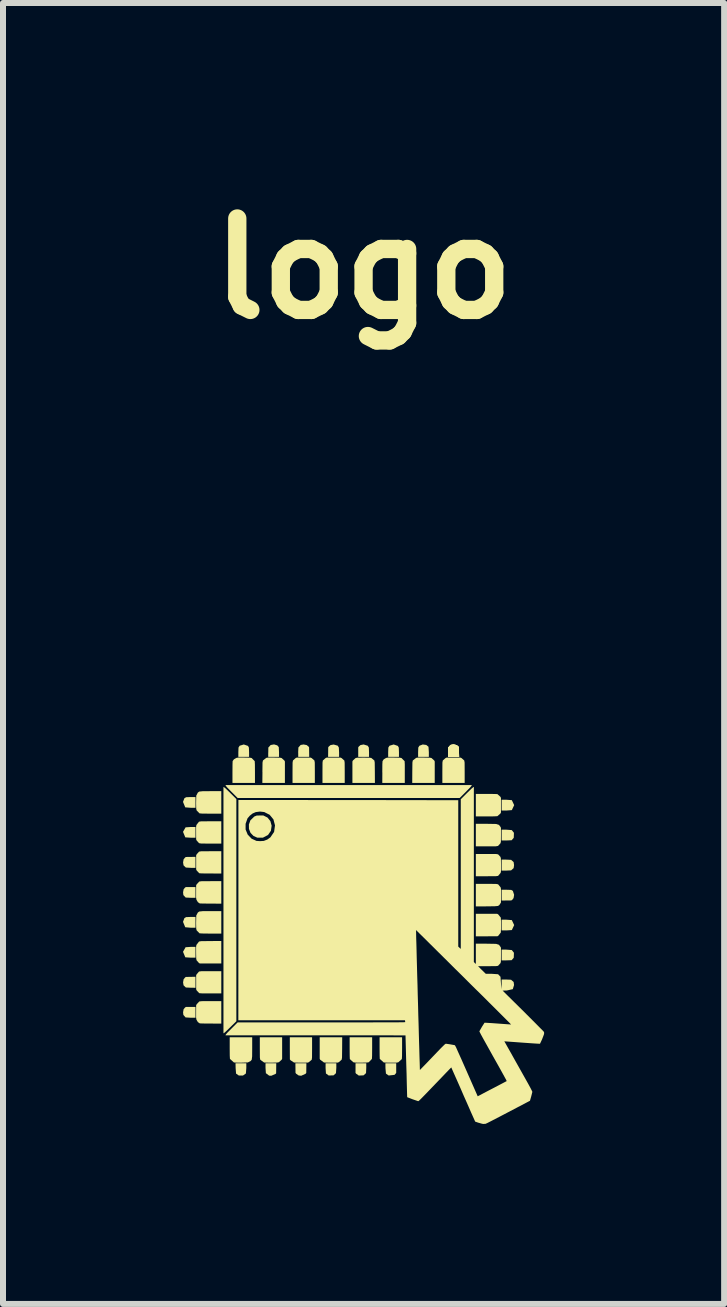
<source format=kicad_pcb>
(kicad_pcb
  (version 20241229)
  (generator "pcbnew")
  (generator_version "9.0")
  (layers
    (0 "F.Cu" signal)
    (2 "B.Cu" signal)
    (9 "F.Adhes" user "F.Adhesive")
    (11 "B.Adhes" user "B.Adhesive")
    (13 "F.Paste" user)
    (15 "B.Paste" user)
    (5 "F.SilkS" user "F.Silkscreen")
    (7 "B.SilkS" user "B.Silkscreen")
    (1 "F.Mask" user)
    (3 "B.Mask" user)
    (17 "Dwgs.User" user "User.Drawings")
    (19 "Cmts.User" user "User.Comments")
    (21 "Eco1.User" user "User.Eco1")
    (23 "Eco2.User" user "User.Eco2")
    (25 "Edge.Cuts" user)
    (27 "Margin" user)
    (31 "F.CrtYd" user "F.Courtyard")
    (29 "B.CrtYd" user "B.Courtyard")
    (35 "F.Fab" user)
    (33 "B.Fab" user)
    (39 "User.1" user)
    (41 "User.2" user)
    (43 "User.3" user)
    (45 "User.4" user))
  (footprint "logo"
    (layer "F.Cu")
    (at 3.009 10.079)
    (property "Reference" "logo" (at 0 -8.653 0) (layer "F.SilkS") (effects (font (size 1.524 1.524) (thickness 0.305))))
    (attr smd)
    (fp_poly (pts (xy -2.971 0.826) (xy -3.009 0.734) (xy -2.966 0.659) (xy -2.877 0.653) (xy -2.801 0.653) (xy -2.801 0.742) (xy -2.801 0.832) (xy -2.88 0.832) (xy -2.971 0.826) (xy -2.971 0.826)) (stroke (width 0) (type solid)) (fill yes) (layer "F.SilkS"))
    (fp_poly (pts (xy -2.971 2.825) (xy -3.009 2.733) (xy -2.966 2.657) (xy -2.877 2.651) (xy -2.801 2.651) (xy -2.801 2.741) (xy -2.801 2.831) (xy -2.88 2.831) (xy -2.971 2.825) (xy -2.971 2.825)) (stroke (width 0) (type solid)) (fill yes) (layer "F.SilkS"))
    (fp_poly (pts (xy 2.301 0.289) (xy 2.301 0.199) (xy 2.38 0.199) (xy 2.471 0.206) (xy 2.51 0.289) (xy 2.471 0.372) (xy 2.38 0.379) (xy 2.301 0.379) (xy 2.301 0.289) (xy 2.301 0.289)) (stroke (width 0) (type solid)) (fill yes) (layer "F.SilkS"))
    (fp_poly (pts (xy 2.301 2.288) (xy 2.301 2.198) (xy 2.38 2.198) (xy 2.471 2.205) (xy 2.51 2.288) (xy 2.471 2.371) (xy 2.38 2.377) (xy 2.301 2.377) (xy 2.301 2.288) (xy 2.301 2.288)) (stroke (width 0) (type solid)) (fill yes) (layer "F.SilkS"))
    (fp_poly (pts (xy -2.972 0.326) (xy -3.009 0.235) (xy -2.986 0.174) (xy -2.957 0.157) (xy -2.878 0.154) (xy -2.801 0.154) (xy -2.801 0.243) (xy -2.801 0.333) (xy -2.88 0.333) (xy -2.972 0.326) (xy -2.972 0.326)) (stroke (width 0) (type solid)) (fill yes) (layer "F.SilkS"))
    (fp_poly (pts (xy -2.972 2.324) (xy -3.009 2.234) (xy -2.986 2.172) (xy -2.957 2.155) (xy -2.878 2.152) (xy -2.801 2.152) (xy -2.801 2.242) (xy -2.801 2.332) (xy -2.88 2.332) (xy -2.972 2.324) (xy -2.972 2.324)) (stroke (width 0) (type solid)) (fill yes) (layer "F.SilkS"))
    (fp_poly (pts (xy -2.079 4.795) (xy -2.125 4.763) (xy -2.132 4.673) (xy -2.134 4.591) (xy -2.044 4.591) (xy -1.954 4.591) (xy -1.954 4.67) (xy -1.961 4.761) (xy -2.009 4.795) (xy -2.079 4.795) (xy -2.079 4.795)) (stroke (width 0) (type solid)) (fill yes) (layer "F.SilkS"))
    (fp_poly (pts (xy -0.579 4.796) (xy -0.627 4.761) (xy -0.633 4.67) (xy -0.633 4.591) (xy -0.543 4.591) (xy -0.454 4.591) (xy -0.454 4.667) (xy -0.46 4.756) (xy -0.499 4.792) (xy -0.579 4.795) (xy -0.579 4.796)) (stroke (width 0) (type solid)) (fill yes) (layer "F.SilkS"))
    (fp_poly (pts (xy 2.301 0.788) (xy 2.301 0.698) (xy 2.379 0.698) (xy 2.47 0.705) (xy 2.506 0.75) (xy 2.503 0.833) (xy 2.468 0.874) (xy 2.381 0.878) (xy 2.301 0.878) (xy 2.301 0.788) (xy 2.301 0.788)) (stroke (width 0) (type solid)) (fill yes) (layer "F.SilkS"))
    (fp_poly (pts (xy 2.301 2.787) (xy 2.301 2.697) (xy 2.379 2.697) (xy 2.47 2.704) (xy 2.506 2.749) (xy 2.503 2.832) (xy 2.468 2.873) (xy 2.381 2.876) (xy 2.301 2.876) (xy 2.301 2.787) (xy 2.301 2.787)) (stroke (width 0) (type solid)) (fill yes) (layer "F.SilkS"))
    (fp_poly (pts (xy -2.087 -0.591) (xy -2.084 -0.671) (xy -2.065 -0.701) (xy -1.996 -0.722) (xy -1.926 -0.698) (xy -1.911 -0.67) (xy -1.908 -0.591) (xy -1.908 -0.515) (xy -1.998 -0.515) (xy -2.087 -0.515) (xy -2.087 -0.591) (xy -2.087 -0.591)) (stroke (width 0) (type solid)) (fill yes) (layer "F.SilkS"))
    (fp_poly (pts (xy -1.588 -0.588) (xy -1.587 -0.671) (xy -1.548 -0.713) (xy -1.492 -0.723) (xy -1.438 -0.707) (xy -1.413 -0.678) (xy -1.409 -0.593) (xy -1.409 -0.515) (xy -1.499 -0.515) (xy -1.589 -0.515) (xy -1.589 -0.588) (xy -1.588 -0.588)) (stroke (width 0) (type solid)) (fill yes) (layer "F.SilkS"))
    (fp_poly (pts (xy -1.574 4.797) (xy -1.628 4.756) (xy -1.634 4.667) (xy -1.634 4.591) (xy -1.544 4.591) (xy -1.455 4.591) (xy -1.456 4.674) (xy -1.457 4.757) (xy -1.466 4.768) (xy -1.538 4.799) (xy -1.574 4.797) (xy -1.574 4.797)) (stroke (width 0) (type solid)) (fill yes) (layer "F.SilkS"))
    (fp_poly (pts (xy -0.079 4.796) (xy -0.126 4.763) (xy -0.134 4.75) (xy -0.134 4.671) (xy -0.134 4.591) (xy -0.045 4.591) (xy 0.045 4.591) (xy 0.045 4.668) (xy 0.041 4.755) (xy 0.001 4.792) (xy -0.079 4.796) (xy -0.079 4.796)) (stroke (width 0) (type solid)) (fill yes) (layer "F.SilkS"))
    (fp_poly (pts (xy 0.41 -0.591) (xy 0.413 -0.671) (xy 0.432 -0.701) (xy 0.502 -0.722) (xy 0.571 -0.698) (xy 0.587 -0.67) (xy 0.59 -0.591) (xy 0.59 -0.515) (xy 0.5 -0.515) (xy 0.41 -0.515) (xy 0.41 -0.591) (xy 0.41 -0.591)) (stroke (width 0) (type solid)) (fill yes) (layer "F.SilkS"))
    (fp_poly (pts (xy 0.419 4.795) (xy 0.373 4.763) (xy 0.365 4.673) (xy 0.364 4.591) (xy 0.454 4.591) (xy 0.544 4.591) (xy 0.544 4.671) (xy 0.544 4.75) (xy 0.535 4.763) (xy 0.516 4.784) (xy 0.419 4.795) (xy 0.419 4.795)) (stroke (width 0) (type solid)) (fill yes) (layer "F.SilkS"))
    (fp_poly (pts (xy 0.909 -0.592) (xy 0.912 -0.671) (xy 0.931 -0.701) (xy 0.987 -0.722) (xy 1.045 -0.714) (xy 1.082 -0.684) (xy 1.088 -0.593) (xy 1.088 -0.515) (xy 0.999 -0.515) (xy 0.909 -0.515) (xy 0.909 -0.592) (xy 0.909 -0.592)) (stroke (width 0) (type solid)) (fill yes) (layer "F.SilkS"))
    (fp_poly (pts (xy 2.301 1.288) (xy 2.301 1.197) (xy 2.374 1.197) (xy 2.459 1.201) (xy 2.501 1.238) (xy 2.508 1.289) (xy 2.501 1.339) (xy 2.459 1.376) (xy 2.374 1.38) (xy 2.301 1.38) (xy 2.301 1.289) (xy 2.301 1.288)) (stroke (width 0) (type solid)) (fill yes) (layer "F.SilkS"))
    (fp_poly (pts (xy -2.966 1.828) (xy -3.003 1.788) (xy -3.008 1.743) (xy -2.999 1.692) (xy -2.975 1.663) (xy -2.96 1.654) (xy -2.881 1.654) (xy -2.801 1.654) (xy -2.801 1.743) (xy -2.801 1.833) (xy -2.879 1.833) (xy -2.966 1.829) (xy -2.966 1.828)) (stroke (width 0) (type solid)) (fill yes) (layer "F.SilkS"))
    (fp_poly (pts (xy -2.966 3.827) (xy -3.003 3.786) (xy -3.008 3.742) (xy -2.999 3.69) (xy -2.975 3.662) (xy -2.96 3.652) (xy -2.881 3.652) (xy -2.801 3.652) (xy -2.801 3.742) (xy -2.801 3.832) (xy -2.879 3.832) (xy -2.966 3.827) (xy -2.966 3.827)) (stroke (width 0) (type solid)) (fill yes) (layer "F.SilkS"))
    (fp_poly (pts (xy -2.962 1.329) (xy -3 1.293) (xy -3.008 1.244) (xy -2.999 1.192) (xy -2.975 1.163) (xy -2.961 1.153) (xy -2.881 1.152) (xy -2.801 1.151) (xy -2.801 1.242) (xy -2.801 1.334) (xy -2.876 1.334) (xy -2.962 1.329) (xy -2.962 1.329)) (stroke (width 0) (type solid)) (fill yes) (layer "F.SilkS"))
    (fp_poly (pts (xy -2.962 3.328) (xy -3 3.292) (xy -3.008 3.243) (xy -2.999 3.191) (xy -2.975 3.162) (xy -2.961 3.152) (xy -2.881 3.151) (xy -2.801 3.149) (xy -2.801 3.241) (xy -2.801 3.333) (xy -2.876 3.332) (xy -2.962 3.328) (xy -2.962 3.328)) (stroke (width 0) (type solid)) (fill yes) (layer "F.SilkS"))
    (fp_poly (pts (xy -1.09 -0.587) (xy -1.086 -0.672) (xy -1.048 -0.714) (xy -1 -0.722) (xy -0.948 -0.712) (xy -0.918 -0.688) (xy -0.908 -0.674) (xy -0.907 -0.594) (xy -0.906 -0.515) (xy -0.998 -0.515) (xy -1.089 -0.515) (xy -1.089 -0.587) (xy -1.09 -0.587)) (stroke (width 0) (type solid)) (fill yes) (layer "F.SilkS"))
    (fp_poly (pts (xy -1.082 4.794) (xy -1.125 4.764) (xy -1.134 4.75) (xy -1.135 4.671) (xy -1.136 4.591) (xy -1.044 4.591) (xy -0.953 4.591) (xy -0.954 4.671) (xy -0.955 4.751) (xy -0.965 4.765) (xy -1.039 4.799) (xy -1.083 4.794) (xy -1.082 4.794)) (stroke (width 0) (type solid)) (fill yes) (layer "F.SilkS"))
    (fp_poly (pts (xy -0.59 -0.594) (xy -0.589 -0.674) (xy -0.579 -0.688) (xy -0.55 -0.712) (xy -0.498 -0.721) (xy -0.431 -0.702) (xy -0.412 -0.671) (xy -0.408 -0.59) (xy -0.408 -0.515) (xy -0.5 -0.515) (xy -0.591 -0.515) (xy -0.59 -0.594) (xy -0.59 -0.594)) (stroke (width 0) (type solid)) (fill yes) (layer "F.SilkS"))
    (fp_poly (pts (xy -0.089 -0.594) (xy -0.089 -0.673) (xy -0.079 -0.688) (xy -0.051 -0.712) (xy 0.001 -0.722) (xy 0.069 -0.701) (xy 0.088 -0.671) (xy 0.091 -0.592) (xy 0.091 -0.515) (xy 0.001 -0.515) (xy -0.089 -0.515) (xy -0.089 -0.594) (xy -0.089 -0.594)) (stroke (width 0) (type solid)) (fill yes) (layer "F.SilkS"))
    (fp_poly (pts (xy 1.408 -0.587) (xy 1.412 -0.672) (xy 1.45 -0.714) (xy 1.498 -0.722) (xy 1.55 -0.712) (xy 1.579 -0.688) (xy 1.589 -0.674) (xy 1.59 -0.594) (xy 1.592 -0.515) (xy 1.5 -0.515) (xy 1.408 -0.515) (xy 1.408 -0.587) (xy 1.408 -0.587)) (stroke (width 0) (type solid)) (fill yes) (layer "F.SilkS"))
    (fp_poly (pts (xy 1.408 -0.587) (xy 1.412 -0.672) (xy 1.45 -0.714) (xy 1.498 -0.722) (xy 1.55 -0.712) (xy 1.579 -0.688) (xy 1.589 -0.674) (xy 1.59 -0.594) (xy 1.592 -0.515) (xy 1.5 -0.515) (xy 1.408 -0.515) (xy 1.408 -0.587) (xy 1.408 -0.587)) (stroke (width 0) (type solid)) (fill yes) (layer "F.SilkS"))
    (fp_poly (pts (xy 1.408 -0.587) (xy 1.412 -0.672) (xy 1.45 -0.714) (xy 1.498 -0.722) (xy 1.55 -0.712) (xy 1.579 -0.688) (xy 1.589 -0.674) (xy 1.59 -0.594) (xy 1.592 -0.515) (xy 1.5 -0.515) (xy 1.408 -0.515) (xy 1.408 -0.587) (xy 1.408 -0.587)) (stroke (width 0) (type solid)) (fill yes) (layer "F.SilkS"))
    (fp_poly (pts (xy 1.408 -0.587) (xy 1.412 -0.672) (xy 1.45 -0.714) (xy 1.498 -0.722) (xy 1.55 -0.712) (xy 1.579 -0.688) (xy 1.589 -0.674) (xy 1.59 -0.594) (xy 1.592 -0.515) (xy 1.5 -0.515) (xy 1.408 -0.515) (xy 1.408 -0.587) (xy 1.408 -0.587)) (stroke (width 0) (type solid)) (fill yes) (layer "F.SilkS"))
    (fp_poly (pts (xy 2.301 1.789) (xy 2.301 1.699) (xy 2.381 1.699) (xy 2.461 1.702) (xy 2.488 1.718) (xy 2.509 1.783) (xy 2.5 1.838) (xy 2.477 1.868) (xy 2.463 1.877) (xy 2.382 1.878) (xy 2.301 1.879) (xy 2.301 1.79) (xy 2.301 1.789)) (stroke (width 0) (type solid)) (fill yes) (layer "F.SilkS"))
    (fp_poly (pts (xy -2.335 2.039) (xy -2.335 -0.012) (xy -2.328 -0.012) (xy -2.299 0.011) (xy -2.22 0.088) (xy -2.12 0.188) (xy -2.12 2.039) (xy -2.12 3.89) (xy -2.22 3.989) (xy -2.297 4.063) (xy -2.327 4.089) (xy -2.335 4.09) (xy -2.335 2.039) (xy -2.335 2.039)) (stroke (width 0) (type solid)) (fill yes) (layer "F.SilkS"))
    (fp_poly (pts (xy -2.199 0.07) (xy -2.276 -0.009) (xy -2.299 -0.038) (xy -2.299 -0.045) (xy -0.248 -0.045) (xy 1.802 -0.045) (xy 1.802 -0.038) (xy 1.779 -0.009) (xy 1.702 0.07) (xy 1.602 0.17) (xy -0.248 0.17) (xy -2.099 0.17) (xy -2.199 0.07) (xy -2.199 0.07)) (stroke (width 0) (type solid)) (fill yes) (layer "F.SilkS"))
    (fp_poly (pts (xy 1.871 2.288) (xy 1.871 2.1) (xy 2.048 2.1) (xy 2.226 2.1) (xy 2.243 2.109) (xy 2.287 2.163) (xy 2.291 2.233) (xy 2.291 2.342) (xy 2.287 2.412) (xy 2.246 2.465) (xy 2.231 2.474) (xy 2.051 2.475) (xy 1.871 2.476) (xy 1.871 2.289) (xy 1.871 2.288)) (stroke (width 0) (type solid)) (fill yes) (layer "F.SilkS"))
    (fp_poly (pts (xy -2.743 2.92) (xy -2.783 2.875) (xy -2.789 2.846) (xy -2.791 2.75) (xy -2.791 2.654) (xy -2.786 2.619) (xy -2.742 2.562) (xy -2.707 2.556) (xy -2.55 2.554) (xy -2.371 2.553) (xy -2.371 2.741) (xy -2.371 2.928) (xy -2.55 2.928) (xy -2.728 2.928) (xy -2.743 2.92) (xy -2.743 2.92)) (stroke (width 0) (type solid)) (fill yes) (layer "F.SilkS"))
    (fp_poly (pts (xy -2.741 0.923) (xy -2.78 0.881) (xy -2.79 0.86) (xy -2.791 0.751) (xy -2.791 0.655) (xy -2.786 0.62) (xy -2.743 0.565) (xy -2.707 0.559) (xy -2.551 0.558) (xy -2.371 0.558) (xy -2.371 0.744) (xy -2.371 0.93) (xy -2.55 0.93) (xy -2.705 0.929) (xy -2.741 0.923) (xy -2.741 0.923)) (stroke (width 0) (type solid)) (fill yes) (layer "F.SilkS"))
    (fp_poly (pts (xy -2.738 1.424) (xy -2.781 1.379) (xy -2.79 1.359) (xy -2.79 1.243) (xy -2.79 1.127) (xy -2.782 1.109) (xy -2.742 1.064) (xy -2.706 1.058) (xy -2.549 1.057) (xy -2.371 1.057) (xy -2.371 1.243) (xy -2.371 1.429) (xy -2.55 1.428) (xy -2.694 1.427) (xy -2.738 1.424) (xy -2.738 1.424)) (stroke (width 0) (type solid)) (fill yes) (layer "F.SilkS"))
    (fp_poly (pts (xy -2.738 3.423) (xy -2.781 3.378) (xy -2.79 3.357) (xy -2.79 3.241) (xy -2.79 3.126) (xy -2.782 3.108) (xy -2.742 3.062) (xy -2.706 3.057) (xy -2.549 3.056) (xy -2.371 3.056) (xy -2.371 3.241) (xy -2.371 3.427) (xy -2.55 3.427) (xy -2.694 3.426) (xy -2.738 3.423) (xy -2.738 3.423)) (stroke (width 0) (type solid)) (fill yes) (layer "F.SilkS"))
    (fp_poly (pts (xy -2.734 0.426) (xy -2.782 0.377) (xy -2.789 0.349) (xy -2.791 0.255) (xy -2.788 0.13) (xy -2.762 0.08) (xy -2.739 0.063) (xy -2.682 0.057) (xy -2.543 0.056) (xy -2.371 0.056) (xy -2.371 0.243) (xy -2.371 0.431) (xy -2.546 0.431) (xy -2.689 0.43) (xy -2.734 0.426) (xy -2.734 0.426)) (stroke (width 0) (type solid)) (fill yes) (layer "F.SilkS"))
    (fp_poly (pts (xy -2.734 2.425) (xy -2.782 2.376) (xy -2.789 2.347) (xy -2.791 2.254) (xy -2.788 2.128) (xy -2.762 2.079) (xy -2.739 2.062) (xy -2.682 2.056) (xy -2.543 2.055) (xy -2.371 2.055) (xy -2.371 2.242) (xy -2.371 2.43) (xy -2.546 2.43) (xy -2.689 2.428) (xy -2.734 2.425) (xy -2.734 2.425)) (stroke (width 0) (type solid)) (fill yes) (layer "F.SilkS"))
    (fp_poly (pts (xy -2.162 4.576) (xy -2.227 4.518) (xy -2.23 4.464) (xy -2.231 4.331) (xy -2.231 4.158) (xy -2.043 4.158) (xy -1.856 4.158) (xy -1.856 4.336) (xy -1.857 4.477) (xy -1.864 4.532) (xy -1.884 4.555) (xy -1.929 4.577) (xy -2.043 4.581) (xy -2.127 4.58) (xy -2.162 4.577) (xy -2.162 4.576)) (stroke (width 0) (type solid)) (fill yes) (layer "F.SilkS"))
    (fp_poly (pts (xy -1.686 -0.261) (xy -1.684 -0.42) (xy -1.677 -0.455) (xy -1.621 -0.499) (xy -1.586 -0.504) (xy -1.49 -0.504) (xy -1.395 -0.502) (xy -1.366 -0.496) (xy -1.32 -0.455) (xy -1.311 -0.438) (xy -1.311 -0.26) (xy -1.311 -0.081) (xy -1.499 -0.081) (xy -1.687 -0.081) (xy -1.685 -0.261) (xy -1.686 -0.261)) (stroke (width 0) (type solid)) (fill yes) (layer "F.SilkS"))
    (fp_poly (pts (xy -1.658 4.578) (xy -1.722 4.532) (xy -1.728 4.496) (xy -1.729 4.339) (xy -1.729 4.158) (xy -1.543 4.158) (xy -1.357 4.158) (xy -1.357 4.336) (xy -1.357 4.515) (xy -1.365 4.532) (xy -1.411 4.573) (xy -1.44 4.579) (xy -1.536 4.581) (xy -1.617 4.58) (xy -1.658 4.578) (xy -1.658 4.578)) (stroke (width 0) (type solid)) (fill yes) (layer "F.SilkS"))
    (fp_poly (pts (xy -1.184 -0.261) (xy -1.183 -0.419) (xy -1.177 -0.455) (xy -1.132 -0.495) (xy -1.114 -0.503) (xy -0.998 -0.503) (xy -0.883 -0.503) (xy -0.865 -0.495) (xy -0.819 -0.455) (xy -0.813 -0.419) (xy -0.812 -0.261) (xy -0.812 -0.081) (xy -0.998 -0.081) (xy -1.184 -0.081) (xy -1.184 -0.261) (xy -1.184 -0.261)) (stroke (width 0) (type solid)) (fill yes) (layer "F.SilkS"))
    (fp_poly (pts (xy -1.16 4.578) (xy -1.218 4.54) (xy -1.228 4.526) (xy -1.229 4.342) (xy -1.229 4.158) (xy -1.044 4.158) (xy -0.858 4.158) (xy -0.858 4.338) (xy -0.859 4.495) (xy -0.864 4.532) (xy -0.91 4.571) (xy -0.928 4.58) (xy -1.037 4.581) (xy -1.118 4.58) (xy -1.16 4.578) (xy -1.16 4.578)) (stroke (width 0) (type solid)) (fill yes) (layer "F.SilkS"))
    (fp_poly (pts (xy -0.685 -0.261) (xy -0.684 -0.419) (xy -0.679 -0.455) (xy -0.633 -0.495) (xy -0.615 -0.503) (xy -0.499 -0.503) (xy -0.384 -0.503) (xy -0.366 -0.495) (xy -0.32 -0.454) (xy -0.315 -0.416) (xy -0.314 -0.261) (xy -0.314 -0.081) (xy -0.499 -0.081) (xy -0.685 -0.081) (xy -0.685 -0.261) (xy -0.685 -0.261)) (stroke (width 0) (type solid)) (fill yes) (layer "F.SilkS"))
    (fp_poly (pts (xy -0.66 4.578) (xy -0.723 4.532) (xy -0.731 4.515) (xy -0.731 4.336) (xy -0.731 4.158) (xy -0.543 4.158) (xy -0.356 4.158) (xy -0.357 4.338) (xy -0.359 4.496) (xy -0.365 4.531) (xy -0.41 4.571) (xy -0.43 4.58) (xy -0.539 4.581) (xy -0.62 4.58) (xy -0.66 4.578) (xy -0.66 4.578)) (stroke (width 0) (type solid)) (fill yes) (layer "F.SilkS"))
    (fp_poly (pts (xy -0.186 -0.26) (xy -0.186 -0.438) (xy -0.178 -0.455) (xy -0.132 -0.496) (xy -0.103 -0.502) (xy -0.002 -0.503) (xy 0.096 -0.502) (xy 0.129 -0.497) (xy 0.18 -0.455) (xy 0.186 -0.42) (xy 0.188 -0.261) (xy 0.189 -0.081) (xy 0.001 -0.081) (xy -0.186 -0.081) (xy -0.186 -0.259) (xy -0.186 -0.26)) (stroke (width 0) (type solid)) (fill yes) (layer "F.SilkS"))
    (fp_poly (pts (xy -0.17 4.575) (xy -0.229 4.521) (xy -0.231 4.467) (xy -0.232 4.333) (xy -0.232 4.158) (xy -0.045 4.158) (xy 0.143 4.158) (xy 0.143 4.331) (xy 0.142 4.467) (xy 0.139 4.519) (xy 0.086 4.574) (xy 0.054 4.579) (xy -0.04 4.581) (xy -0.136 4.58) (xy -0.169 4.574) (xy -0.17 4.575)) (stroke (width 0) (type solid)) (fill yes) (layer "F.SilkS"))
    (fp_poly (pts (xy 0.335 4.576) (xy 0.27 4.518) (xy 0.268 4.464) (xy 0.267 4.331) (xy 0.267 4.158) (xy 0.454 4.158) (xy 0.642 4.158) (xy 0.642 4.333) (xy 0.641 4.468) (xy 0.638 4.521) (xy 0.578 4.575) (xy 0.544 4.581) (xy 0.455 4.581) (xy 0.371 4.58) (xy 0.335 4.577) (xy 0.335 4.576)) (stroke (width 0) (type solid)) (fill yes) (layer "F.SilkS"))
    (fp_poly (pts (xy 0.812 -0.261) (xy 0.814 -0.42) (xy 0.82 -0.455) (xy 0.877 -0.499) (xy 0.912 -0.504) (xy 1.007 -0.504) (xy 1.103 -0.502) (xy 1.132 -0.496) (xy 1.178 -0.455) (xy 1.186 -0.438) (xy 1.186 -0.26) (xy 1.186 -0.081) (xy 0.999 -0.081) (xy 0.811 -0.081) (xy 0.812 -0.261) (xy 0.812 -0.261)) (stroke (width 0) (type solid)) (fill yes) (layer "F.SilkS"))
    (fp_poly (pts (xy 1.313 -0.261) (xy 1.314 -0.419) (xy 1.32 -0.455) (xy 1.366 -0.495) (xy 1.383 -0.503) (xy 1.499 -0.503) (xy 1.615 -0.503) (xy 1.633 -0.495) (xy 1.678 -0.455) (xy 1.684 -0.419) (xy 1.685 -0.261) (xy 1.685 -0.081) (xy 1.499 -0.081) (xy 1.313 -0.081) (xy 1.313 -0.261) (xy 1.313 -0.261)) (stroke (width 0) (type solid)) (fill yes) (layer "F.SilkS"))
    (fp_poly (pts (xy 1.871 0.289) (xy 1.871 0.102) (xy 2.045 0.102) (xy 2.176 0.103) (xy 2.23 0.105) (xy 2.28 0.149) (xy 2.29 0.168) (xy 2.29 0.289) (xy 2.29 0.41) (xy 2.28 0.43) (xy 2.23 0.473) (xy 2.176 0.476) (xy 2.045 0.477) (xy 1.871 0.477) (xy 1.871 0.29) (xy 1.871 0.289)) (stroke (width 0) (type solid)) (fill yes) (layer "F.SilkS"))
    (fp_poly (pts (xy 1.871 0.788) (xy 1.871 0.6) (xy 2.041 0.6) (xy 2.21 0.603) (xy 2.256 0.618) (xy 2.279 0.647) (xy 2.29 0.667) (xy 2.29 0.788) (xy 2.289 0.894) (xy 2.283 0.923) (xy 2.241 0.969) (xy 2.205 0.975) (xy 2.049 0.975) (xy 1.871 0.975) (xy 1.871 0.788) (xy 1.871 0.788)) (stroke (width 0) (type solid)) (fill yes) (layer "F.SilkS"))
    (fp_poly (pts (xy 1.871 1.288) (xy 1.871 1.103) (xy 2.05 1.103) (xy 2.206 1.103) (xy 2.242 1.109) (xy 2.282 1.152) (xy 2.289 1.179) (xy 2.291 1.282) (xy 2.291 1.385) (xy 2.285 1.417) (xy 2.242 1.468) (xy 2.206 1.473) (xy 2.05 1.474) (xy 1.871 1.474) (xy 1.871 1.288) (xy 1.871 1.288)) (stroke (width 0) (type solid)) (fill yes) (layer "F.SilkS"))
    (fp_poly (pts (xy -2.731 1.927) (xy -2.761 1.906) (xy -2.785 1.866) (xy -2.791 1.831) (xy -2.791 1.735) (xy -2.79 1.626) (xy -2.781 1.608) (xy -2.738 1.562) (xy -2.7 1.557) (xy -2.548 1.556) (xy -2.371 1.556) (xy -2.371 1.743) (xy -2.371 1.931) (xy -2.545 1.93) (xy -2.676 1.929) (xy -2.731 1.927) (xy -2.731 1.927)) (stroke (width 0) (type solid)) (fill yes) (layer "F.SilkS"))
    (fp_poly (pts (xy -2.731 3.925) (xy -2.761 3.905) (xy -2.785 3.865) (xy -2.791 3.83) (xy -2.791 3.733) (xy -2.79 3.625) (xy -2.781 3.607) (xy -2.738 3.561) (xy -2.7 3.556) (xy -2.548 3.555) (xy -2.371 3.555) (xy -2.371 3.742) (xy -2.371 3.93) (xy -2.545 3.929) (xy -2.676 3.928) (xy -2.731 3.926) (xy -2.731 3.925)) (stroke (width 0) (type solid)) (fill yes) (layer "F.SilkS"))
    (fp_poly (pts (xy -2.185 -0.256) (xy -2.184 -0.391) (xy -2.182 -0.445) (xy -2.161 -0.474) (xy -2.12 -0.498) (xy -2.086 -0.504) (xy -1.991 -0.504) (xy -1.896 -0.502) (xy -1.865 -0.496) (xy -1.814 -0.444) (xy -1.811 -0.39) (xy -1.81 -0.256) (xy -1.81 -0.081) (xy -1.998 -0.081) (xy -2.185 -0.081) (xy -2.185 -0.256) (xy -2.185 -0.256)) (stroke (width 0) (type solid)) (fill yes) (layer "F.SilkS"))
    (fp_poly (pts (xy -1.771 0.831) (xy -1.834 0.803) (xy -1.884 0.751) (xy -1.91 0.685) (xy -1.911 0.611) (xy -1.886 0.542) (xy -1.821 0.479) (xy -1.779 0.462) (xy -1.671 0.461) (xy -1.601 0.496) (xy -1.553 0.555) (xy -1.532 0.632) (xy -1.544 0.716) (xy -1.592 0.786) (xy -1.677 0.831) (xy -1.771 0.831) (xy -1.771 0.831)) (stroke (width 0) (type solid)) (fill yes) (layer "F.SilkS"))
    (fp_poly (pts (xy 0.312 -0.256) (xy 0.313 -0.391) (xy 0.316 -0.444) (xy 0.336 -0.474) (xy 0.376 -0.498) (xy 0.412 -0.504) (xy 0.507 -0.504) (xy 0.601 -0.502) (xy 0.632 -0.496) (xy 0.684 -0.444) (xy 0.687 -0.39) (xy 0.687 -0.256) (xy 0.687 -0.081) (xy 0.5 -0.081) (xy 0.312 -0.081) (xy 0.313 -0.256) (xy 0.312 -0.256)) (stroke (width 0) (type solid)) (fill yes) (layer "F.SilkS"))
    (fp_poly (pts (xy 1.871 1.789) (xy 1.871 1.601) (xy 2.049 1.601) (xy 2.206 1.602) (xy 2.242 1.608) (xy 2.285 1.66) (xy 2.291 1.692) (xy 2.291 1.794) (xy 2.29 1.91) (xy 2.281 1.926) (xy 2.262 1.954) (xy 2.241 1.969) (xy 2.187 1.974) (xy 2.049 1.976) (xy 1.871 1.977) (xy 1.871 1.789) (xy 1.871 1.789)) (stroke (width 0) (type solid)) (fill yes) (layer "F.SilkS"))
    (fp_poly (pts (xy 1.831 -0.012) (xy 1.633 3.122) (xy 1.743 3.232) (xy 1.857 3.345) (xy 1.974 3.46) (xy 2.092 3.578) (xy 2.213 3.698) (xy 2.309 3.794) (xy 2.387 3.872) (xy 2.44 3.925) (xy 2.458 3.945) (xy 2.404 3.941) (xy 2.278 3.932) (xy 2.14 3.922) (xy 2.058 3.917) (xy 2.016 3.915) (xy 1.974 3.981) (xy 1.93 4.058) (xy 1.936 4.072) (xy 1.957 4.113) (xy 1.998 4.188) (xy 2.064 4.306) (xy 2.159 4.477) (xy 2.243 4.626) (xy 2.307 4.741) (xy 2.352 4.823) (xy 2.378 4.871) (xy 2.385 4.888) (xy 2.326 4.919) (xy 2.189 4.991) (xy 2.085 5.045) (xy 1.999 5.09) (xy 1.949 5.117) (xy 1.902 5.141) (xy 1.715 4.716) (xy 1.629 4.521) (xy 1.573 4.397) (xy 1.542 4.327) (xy 1.526 4.297) (xy 1.519 4.289) (xy 1.435 4.274) (xy 1.37 4.265) (xy 1.351 4.278) (xy 1.289 4.339) (xy 1.15 4.484) (xy 1.044 4.595) (xy 0.968 4.673) (xy 0.939 4.703) (xy 0.938 4.687) (xy 0.937 4.643) (xy 0.935 4.573) (xy 0.932 4.481) (xy 0.929 4.369) (xy 0.925 4.24) (xy 0.921 4.098) (xy 0.917 3.945) (xy 0.912 3.785) (xy 0.908 3.62) (xy 0.903 3.454) (xy 0.899 3.289) (xy 0.894 3.129) (xy 0.89 2.976) (xy 0.886 2.834) (xy 0.883 2.705) (xy 0.88 2.593) (xy 0.877 2.501) (xy 0.876 2.431) (xy 0.875 2.387) (xy 0.874 2.371) (xy 0.874 2.371) (xy 0.881 2.377) (xy 0.901 2.397) (xy 0.932 2.428) (xy 0.975 2.47) (xy 1.029 2.523) (xy 1.092 2.586) (xy 1.164 2.657) (xy 1.244 2.737) (xy 1.332 2.824) (xy 1.427 2.918) (xy 1.527 3.018) (xy 1.633 3.122) (xy 1.831 -0.012) (xy 1.802 0.011) (xy 1.722 0.089) (xy 1.62 0.191) (xy 1.62 1.438) (xy 1.62 2.685) (xy -1.565 0.45) (xy -1.502 0.527) (xy -1.476 0.626) (xy -1.491 0.735) (xy -1.553 0.826) (xy -1.605 0.863) (xy -1.663 0.885) (xy -1.725 0.889) (xy -1.785 0.885) (xy -1.866 0.848) (xy -1.931 0.78) (xy -1.966 0.695) (xy -1.966 0.6) (xy -1.934 0.509) (xy -1.896 0.465) (xy -1.849 0.428) (xy -1.796 0.405) (xy -1.726 0.396) (xy -1.726 0.396) (xy -1.656 0.404) (xy -1.565 0.45) (xy 1.62 2.685) (xy 1.599 2.666) (xy 1.578 2.646) (xy 1.578 1.427) (xy 1.578 0.207) (xy -0.243 0.204) (xy -0.417 0.204) (xy -0.588 0.204) (xy -0.753 0.204) (xy -0.912 0.204) (xy -1.064 0.203) (xy -1.208 0.203) (xy -1.345 0.203) (xy -1.472 0.203) (xy -1.589 0.203) (xy -1.695 0.203) (xy -1.79 0.203) (xy -1.873 0.203) (xy -1.942 0.203) (xy -1.998 0.203) (xy -2.039 0.203) (xy -2.065 0.203) (xy -2.074 0.203) (xy -2.086 0.204) (xy -2.086 2.039) (xy -2.087 3.874) (xy -0.698 3.874) (xy 0.69 3.874) (xy 0.692 3.886) (xy 0.694 3.904) (xy 0.692 3.905) (xy 0.685 3.906) (xy 0.668 3.907) (xy 0.64 3.908) (xy 0.596 3.908) (xy 0.533 3.909) (xy 0.448 3.909) (xy 0.338 3.909) (xy 0.2 3.909) (xy 0.03 3.91) (xy -0.175 3.91) (xy -0.418 3.91) (xy -0.703 3.91) (xy -2.099 3.91) (xy -2.198 4.009) (xy -2.274 4.086) (xy -2.299 4.117) (xy -2.3 4.125) (xy -0.801 4.125) (xy 0.699 4.126) (xy 0.712 4.618) (xy 0.717 4.775) (xy 0.72 4.913) (xy 0.723 5.025) (xy 0.725 5.101) (xy 0.726 5.134) (xy 0.727 5.156) (xy 0.814 5.19) (xy 0.911 5.223) (xy 0.924 5.215) (xy 0.963 5.177) (xy 1.046 5.092) (xy 1.191 4.941) (xy 1.296 4.832) (xy 1.382 4.742) (xy 1.44 4.682) (xy 1.462 4.66) (xy 1.474 4.688) (xy 1.507 4.763) (xy 1.557 4.875) (xy 1.617 5.011) (xy 1.667 5.127) (xy 1.716 5.237) (xy 1.759 5.335) (xy 1.793 5.413) (xy 1.815 5.462) (xy 1.86 5.563) (xy 1.908 5.58) (xy 1.972 5.598) (xy 1.993 5.602) (xy 2.033 5.6) (xy 2.066 5.585) (xy 2.146 5.544) (xy 2.264 5.483) (xy 2.409 5.407) (xy 2.773 5.216) (xy 2.793 5.147) (xy 2.813 5.067) (xy 2.806 5.051) (xy 2.784 5.007) (xy 2.742 4.93) (xy 2.677 4.814) (xy 2.586 4.652) (xy 2.514 4.524) (xy 2.451 4.411) (xy 2.4 4.321) (xy 2.366 4.26) (xy 2.352 4.236) (xy 2.346 4.225) (xy 2.373 4.227) (xy 2.525 4.238) (xy 2.661 4.248) (xy 2.775 4.256) (xy 2.863 4.262) (xy 2.92 4.265) (xy 2.94 4.266) (xy 2.974 4.194) (xy 3.005 4.113) (xy 3.009 4.094) (xy 3.009 4.079) (xy 3.005 4.067) (xy 2.988 4.048) (xy 2.939 3.999) (xy 2.865 3.924) (xy 2.771 3.83) (xy 2.661 3.72) (xy 2.317 3.38) (xy 2.388 3.378) (xy 2.487 3.356) (xy 2.508 3.287) (xy 2.501 3.236) (xy 2.458 3.199) (xy 2.373 3.195) (xy 2.301 3.195) (xy 2.301 3.279) (xy 2.296 3.358) (xy 2.29 3.259) (xy 2.282 3.149) (xy 2.242 3.107) (xy 2.133 3.1) (xy 2.037 3.1) (xy 1.972 3.037) (xy 1.908 2.973) (xy 2.068 2.973) (xy 2.207 2.972) (xy 2.241 2.967) (xy 2.283 2.921) (xy 2.289 2.892) (xy 2.29 2.786) (xy 2.29 2.665) (xy 2.278 2.645) (xy 2.256 2.616) (xy 2.209 2.601) (xy 2.041 2.598) (xy 1.871 2.598) (xy 1.871 2.767) (xy 1.871 2.936) (xy 1.854 2.92) (xy 1.838 2.903) (xy 1.838 1.445) (xy 1.838 -0.013) (xy 1.831 -0.013) (xy 1.831 -0.012)) (stroke (width 0) (type solid)) (fill yes) (layer "F.SilkS")))
  (gr_rect
    (start -3 -3)
    (end 9.018 18.681)
    (stroke (width 0.1) (type default))
    (fill no)
    (layer "Edge.Cuts")))
</source>
